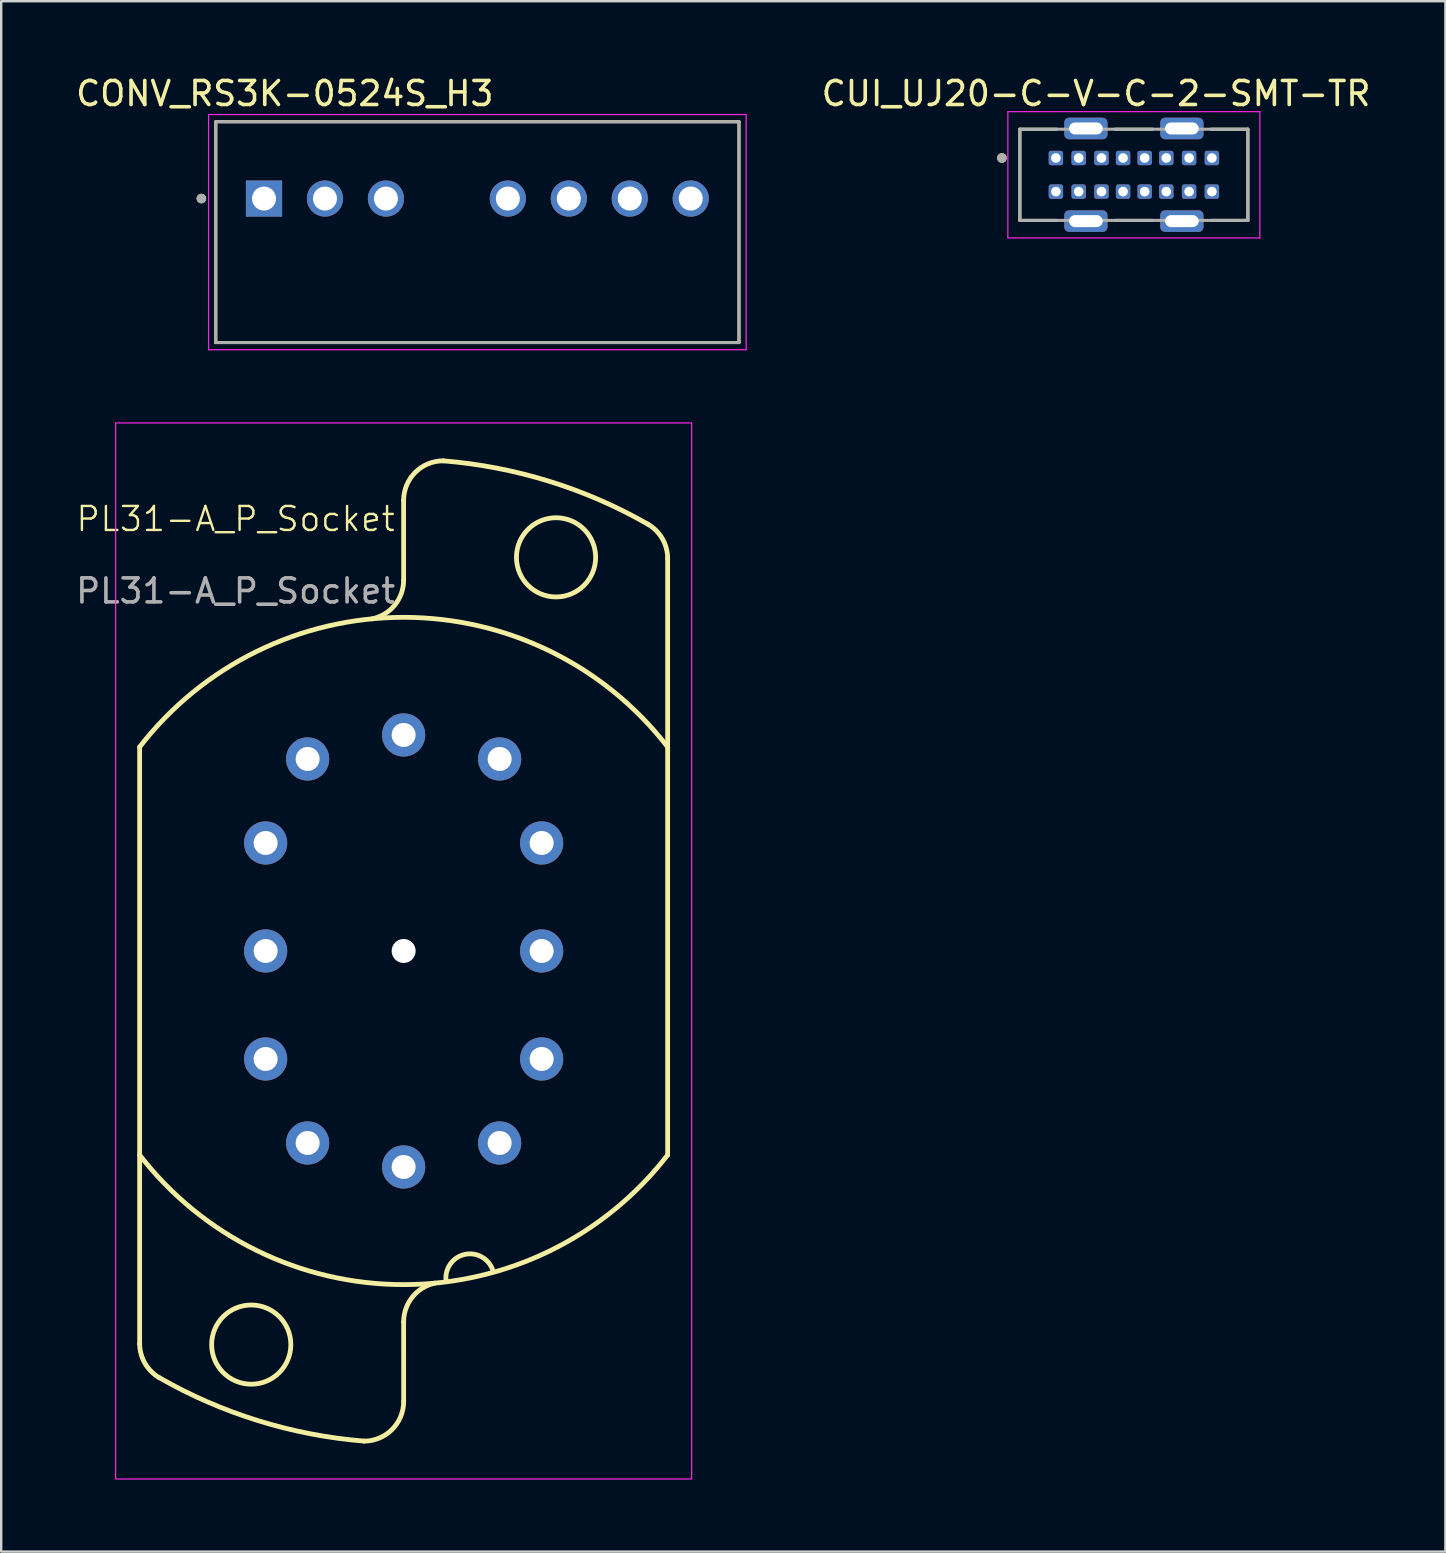
<source format=kicad_pcb>
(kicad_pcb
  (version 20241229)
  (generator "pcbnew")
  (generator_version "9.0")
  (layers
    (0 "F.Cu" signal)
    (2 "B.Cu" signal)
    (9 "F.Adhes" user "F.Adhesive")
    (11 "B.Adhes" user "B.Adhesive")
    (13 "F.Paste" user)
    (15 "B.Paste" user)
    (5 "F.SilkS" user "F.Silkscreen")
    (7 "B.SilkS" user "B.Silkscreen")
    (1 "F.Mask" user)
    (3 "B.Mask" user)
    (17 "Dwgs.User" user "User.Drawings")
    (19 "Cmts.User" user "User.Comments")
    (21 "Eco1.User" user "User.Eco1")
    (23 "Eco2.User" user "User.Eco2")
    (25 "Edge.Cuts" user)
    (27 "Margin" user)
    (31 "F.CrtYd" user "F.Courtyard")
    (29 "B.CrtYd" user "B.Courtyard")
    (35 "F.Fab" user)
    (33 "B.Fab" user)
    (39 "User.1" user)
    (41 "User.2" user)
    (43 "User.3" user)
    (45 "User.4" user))
  (footprint "CUI_UJ20-C-V-C-2-SMT-TR"
    (layer "F.Cu")
    (at 44.194 4.233)
    (property "Reference" "CUI_UJ20-C-V-C-2-SMT-TR" (at -1.575 -3.385 0) (layer "F.SilkS") (effects (font (size 1 1) (thickness 0.15))))
    (attr smd)
    (fp_line (start -4.75 -1.9) (end -3.22 -1.9) (stroke (width 0.127) (type solid)) (layer "F.SilkS"))
    (fp_line (start -4.75 1.9) (end -4.75 -1.9) (stroke (width 0.127) (type solid)) (layer "F.SilkS"))
    (fp_line (start -3.22 1.9) (end -4.75 1.9) (stroke (width 0.127) (type solid)) (layer "F.SilkS"))
    (fp_line (start -0.78 -1.9) (end 0.78 -1.9) (stroke (width 0.127) (type solid)) (layer "F.SilkS"))
    (fp_line (start 0.78 1.9) (end -0.78 1.9) (stroke (width 0.127) (type solid)) (layer "F.SilkS"))
    (fp_line (start 3.22 -1.9) (end 4.75 -1.9) (stroke (width 0.127) (type solid)) (layer "F.SilkS"))
    (fp_line (start 4.75 -1.9) (end 4.75 1.9) (stroke (width 0.127) (type solid)) (layer "F.SilkS"))
    (fp_line (start 4.75 1.9) (end 3.22 1.9) (stroke (width 0.127) (type solid)) (layer "F.SilkS"))
    (fp_circle (center -5.5 -0.7) (end -5.4 -0.7) (stroke (width 0.2) (type solid)) (fill no) (layer "F.SilkS"))
    (fp_line (start -5.25 -2.63) (end 5.25 -2.63) (stroke (width 0.05) (type solid)) (layer "F.CrtYd"))
    (fp_line (start -5.25 2.63) (end -5.25 -2.63) (stroke (width 0.05) (type solid)) (layer "F.CrtYd"))
    (fp_line (start 5.25 -2.63) (end 5.25 2.63) (stroke (width 0.05) (type solid)) (layer "F.CrtYd"))
    (fp_line (start 5.25 2.63) (end -5.25 2.63) (stroke (width 0.05) (type solid)) (layer "F.CrtYd"))
    (fp_line (start -4.75 -1.9) (end 4.75 -1.9) (stroke (width 0.127) (type solid)) (layer "F.Fab"))
    (fp_line (start -4.75 1.9) (end -4.75 -1.9) (stroke (width 0.127) (type solid)) (layer "F.Fab"))
    (fp_line (start 4.75 -1.9) (end 4.75 1.9) (stroke (width 0.127) (type solid)) (layer "F.Fab"))
    (fp_line (start 4.75 1.9) (end -4.75 1.9) (stroke (width 0.127) (type solid)) (layer "F.Fab"))
    (fp_circle (center -5.5 -0.7) (end -5.4 -0.7) (stroke (width 0.2) (type solid)) (fill no) (layer "F.Fab"))
    (pad "A1" thru_hole roundrect (at -3.25 -0.7) (size 0.6 0.6) (drill 0.4) (layers "*.Cu" "*.Mask") (roundrect_rratio 0.167))
    (pad "A4" thru_hole roundrect (at -2.3 -0.7) (size 0.6 0.6) (drill 0.4) (layers "*.Cu" "*.Mask") (roundrect_rratio 0.167))
    (pad "A5" thru_hole roundrect (at -1.35 -0.7) (size 0.6 0.6) (drill 0.4) (layers "*.Cu" "*.Mask") (roundrect_rratio 0.167))
    (pad "A6" thru_hole roundrect (at -0.45 -0.7) (size 0.6 0.6) (drill 0.4) (layers "*.Cu" "*.Mask") (roundrect_rratio 0.167))
    (pad "A7" thru_hole roundrect (at 0.45 -0.7) (size 0.6 0.6) (drill 0.4) (layers "*.Cu" "*.Mask") (roundrect_rratio 0.167))
    (pad "A8" thru_hole roundrect (at 1.35 -0.7) (size 0.6 0.6) (drill 0.4) (layers "*.Cu" "*.Mask") (roundrect_rratio 0.167))
    (pad "A9" thru_hole roundrect (at 2.3 -0.7) (size 0.6 0.6) (drill 0.4) (layers "*.Cu" "*.Mask") (roundrect_rratio 0.167))
    (pad "A12" thru_hole roundrect (at 3.25 -0.7) (size 0.6 0.6) (drill 0.4) (layers "*.Cu" "*.Mask") (roundrect_rratio 0.167))
    (pad "B1" thru_hole roundrect (at 3.25 0.7) (size 0.6 0.6) (drill 0.4) (layers "*.Cu" "*.Mask") (roundrect_rratio 0.167))
    (pad "B4" thru_hole roundrect (at 2.3 0.7) (size 0.6 0.6) (drill 0.4) (layers "*.Cu" "*.Mask") (roundrect_rratio 0.167))
    (pad "B5" thru_hole roundrect (at 1.35 0.7) (size 0.6 0.6) (drill 0.4) (layers "*.Cu" "*.Mask") (roundrect_rratio 0.167))
    (pad "B6" thru_hole roundrect (at 0.45 0.7) (size 0.6 0.6) (drill 0.4) (layers "*.Cu" "*.Mask") (roundrect_rratio 0.167))
    (pad "B7" thru_hole roundrect (at -0.45 0.7) (size 0.6 0.6) (drill 0.4) (layers "*.Cu" "*.Mask") (roundrect_rratio 0.167))
    (pad "B8" thru_hole roundrect (at -1.35 0.7) (size 0.6 0.6) (drill 0.4) (layers "*.Cu" "*.Mask") (roundrect_rratio 0.167))
    (pad "B9" thru_hole roundrect (at -2.3 0.7) (size 0.6 0.6) (drill 0.4) (layers "*.Cu" "*.Mask") (roundrect_rratio 0.167))
    (pad "B12" thru_hole roundrect (at -3.25 0.7) (size 0.6 0.6) (drill 0.4) (layers "*.Cu" "*.Mask") (roundrect_rratio 0.167))
    (pad "S1" thru_hole roundrect (at -2 -1.93) (size 1.8 0.9) (drill oval 1.4 0.5) (layers "*.Cu" "*.Mask") (roundrect_rratio 0.222))
    (pad "S1" thru_hole roundrect (at -2 1.93) (size 1.8 0.9) (drill oval 1.4 0.5) (layers "*.Cu" "*.Mask") (roundrect_rratio 0.222))
    (pad "S1" thru_hole roundrect (at 2 -1.93) (size 1.8 0.9) (drill oval 1.4 0.5) (layers "*.Cu" "*.Mask") (roundrect_rratio 0.222))
    (pad "S1" thru_hole roundrect (at 2 1.93) (size 1.8 0.9) (drill oval 1.4 0.5) (layers "*.Cu" "*.Mask") (roundrect_rratio 0.222)))
  (footprint "PL31-A_P_Socket"
    (layer "F.Cu")
    (at 13.768 36.573)
    (property "Reference" "PL31-A_P_Socket" (at -7 -18 0) (unlocked yes) (layer "F.SilkS") (effects (font (size 1 1) (thickness 0.1))))
    (attr through_hole)
    (fp_line (start -11 8.5) (end -11 -8.5) (stroke (width 0.2) (type solid)) (layer "F.SilkS"))
    (fp_line (start -11 8.5) (end -11 16.354) (stroke (width 0.2) (type solid)) (layer "F.SilkS"))
    (fp_line (start -0.001 -18.772) (end 0.00004 -15.453) (stroke (width 0.2) (type solid)) (layer "F.SilkS"))
    (fp_line (start 0.001 18.772) (end -0.000041 15.453) (stroke (width 0.2) (type solid)) (layer "F.SilkS"))
    (fp_line (start 11 -8.5) (end 11 -16.354) (stroke (width 0.2) (type solid)) (layer "F.SilkS"))
    (fp_line (start 11 8.5) (end 11 -8.5) (stroke (width 0.2) (type solid)) (layer "F.SilkS"))
    (fp_arc (start -11.000001 -8.500001) (mid 0 -13.90144) (end 11.000001 -8.5) (stroke (width 0.2) (type solid)) (layer "F.SilkS"))
    (fp_arc (start -10.182511 17.779055) (mid -10.781109 17.175712) (end -11 16.354476) (stroke (width 0.2) (type solid)) (layer "F.SilkS"))
    (fp_arc (start -1.649111 20.422023) (mid -6.061234 19.571409) (end -10.181826 17.779455) (stroke (width 0.2) (type solid)) (layer "F.SilkS"))
    (fp_arc (start -0.000869 -18.772228) (mid 0.482339 -19.938814) (end 1.648921 -20.422031) (stroke (width 0.2) (type solid)) (layer "F.SilkS"))
    (fp_arc (start -0.000002 15.45317) (mid 0.365989 14.416916) (end 1.301599 13.84037) (stroke (width 0.2) (type solid)) (layer "F.SilkS"))
    (fp_arc (start 0.000001 -15.453171) (mid -0.36599 -14.416917) (end -1.3016 -13.840371) (stroke (width 0.2) (type solid)) (layer "F.SilkS"))
    (fp_arc (start 0.000898 18.772023) (mid -0.482376 19.938749) (end -1.649102 20.422023) (stroke (width 0.2) (type solid)) (layer "F.SilkS"))
    (fp_arc (start 1.648921 -20.422031) (mid 6.061519 -19.571313) (end 10.182508 -17.779056) (stroke (width 0.2) (type solid)) (layer "F.SilkS"))
    (fp_arc (start 1.76487 13.729708) (mid 2.537686 12.64525) (end 3.707818 13.280928) (stroke (width 0.2) (type solid)) (layer "F.SilkS"))
    (fp_arc (start 10.18251 -17.779056) (mid 10.781108 -17.175713) (end 10.999999 -16.354477) (stroke (width 0.2) (type solid)) (layer "F.SilkS"))
    (fp_arc (start 11 8.5) (mid -0.000001 13.901439) (end -11.000001 8.499999) (stroke (width 0.2) (type solid)) (layer "F.SilkS"))
    (fp_circle (center -6.35 16.401) (end -8 16.401) (stroke (width 0.2) (type solid)) (fill no) (layer "F.SilkS"))
    (fp_circle (center 6.35 -16.401) (end 8 -16.401) (stroke (width 0.2) (type solid)) (fill no) (layer "F.SilkS"))
    (fp_rect (start -12 -22) (end 12 22) (stroke (width 0.05) (type default)) (fill no) (layer "F.CrtYd"))
    (fp_text user "${REFERENCE}" (at -7 -15 0) (unlocked yes) (layer "F.Fab") (effects (font (size 1 1) (thickness 0.15))))
    (pad "" np_thru_hole circle (at 0 0) (size 1 1) (drill 4.5) (layers "*.Cu" "*.Mask"))
    (pad "1" thru_hole circle (at 4 -8) (size 1.8 1.8) (drill 1) (layers "*.Cu" "*.Mask"))
    (pad "2" thru_hole circle (at 5.75 -4.5) (size 1.8 1.8) (drill 1) (layers "*.Cu" "*.Mask"))
    (pad "3" thru_hole circle (at 5.75 0) (size 1.8 1.8) (drill 1) (layers "*.Cu" "*.Mask"))
    (pad "4" thru_hole circle (at 5.75 4.5) (size 1.8 1.8) (drill 1) (layers "*.Cu" "*.Mask"))
    (pad "5" thru_hole circle (at 4 8) (size 1.8 1.8) (drill 1) (layers "*.Cu" "*.Mask"))
    (pad "6" thru_hole circle (at 0 9) (size 1.8 1.8) (drill 1) (layers "*.Cu" "*.Mask"))
    (pad "7" thru_hole circle (at -4 8) (size 1.8 1.8) (drill 1) (layers "*.Cu" "*.Mask"))
    (pad "8" thru_hole circle (at -5.75 4.5) (size 1.8 1.8) (drill 1) (layers "*.Cu" "*.Mask"))
    (pad "9" thru_hole circle (at -5.75 0) (size 1.8 1.8) (drill 1) (layers "*.Cu" "*.Mask"))
    (pad "10" thru_hole circle (at -5.75 -4.5) (size 1.8 1.8) (drill 1) (layers "*.Cu" "*.Mask"))
    (pad "11" thru_hole circle (at -4 -8) (size 1.8 1.8) (drill 1) (layers "*.Cu" "*.Mask"))
    (pad "12" thru_hole circle (at 0 -9) (size 1.8 1.8) (drill 1) (layers "*.Cu" "*.Mask")))
  (footprint "CONV_RS3K-0524S_H3"
    (layer "F.Cu")
    (at 16.84 6.623)
    (property "Reference" "CONV_RS3K-0524S_H3" (at -8.025 -5.775 0) (layer "F.SilkS") (effects (font (size 1 1) (thickness 0.15))))
    (attr through_hole)
    (fp_line (start -10.9 -4.6) (end -10.9 4.6) (stroke (width 0.127) (type solid)) (layer "F.SilkS"))
    (fp_line (start -10.9 4.6) (end 10.9 4.6) (stroke (width 0.127) (type solid)) (layer "F.SilkS"))
    (fp_line (start 10.9 -4.6) (end -10.9 -4.6) (stroke (width 0.127) (type solid)) (layer "F.SilkS"))
    (fp_line (start 10.9 4.6) (end 10.9 -4.6) (stroke (width 0.127) (type solid)) (layer "F.SilkS"))
    (fp_circle (center -11.5 -1.4) (end -11.4 -1.4) (stroke (width 0.2) (type solid)) (fill no) (layer "F.SilkS"))
    (fp_line (start -11.2 -4.9) (end -11.2 4.9) (stroke (width 0.05) (type solid)) (layer "F.CrtYd"))
    (fp_line (start -11.2 4.9) (end 11.2 4.9) (stroke (width 0.05) (type solid)) (layer "F.CrtYd"))
    (fp_line (start 11.2 -4.9) (end -11.2 -4.9) (stroke (width 0.05) (type solid)) (layer "F.CrtYd"))
    (fp_line (start 11.2 4.9) (end 11.2 -4.9) (stroke (width 0.05) (type solid)) (layer "F.CrtYd"))
    (fp_line (start -10.9 -4.6) (end -10.9 4.6) (stroke (width 0.127) (type solid)) (layer "F.Fab"))
    (fp_line (start -10.9 4.6) (end 10.9 4.6) (stroke (width 0.127) (type solid)) (layer "F.Fab"))
    (fp_line (start 10.9 -4.6) (end -10.9 -4.6) (stroke (width 0.127) (type solid)) (layer "F.Fab"))
    (fp_line (start 10.9 4.6) (end 10.9 -4.6) (stroke (width 0.127) (type solid)) (layer "F.Fab"))
    (fp_circle (center -11.5 -1.4) (end -11.4 -1.4) (stroke (width 0.2) (type solid)) (fill no) (layer "F.Fab"))
    (pad "1" thru_hole rect (at -8.89 -1.4) (size 1.508 1.508) (drill 1) (layers "*.Cu" "*.Mask"))
    (pad "2" thru_hole circle (at -6.35 -1.4) (size 1.508 1.508) (drill 1) (layers "*.Cu" "*.Mask"))
    (pad "3" thru_hole circle (at -3.81 -1.4) (size 1.508 1.508) (drill 1) (layers "*.Cu" "*.Mask"))
    (pad "5" thru_hole circle (at 1.27 -1.4) (size 1.508 1.508) (drill 1) (layers "*.Cu" "*.Mask"))
    (pad "6" thru_hole circle (at 3.81 -1.4) (size 1.508 1.508) (drill 1) (layers "*.Cu" "*.Mask"))
    (pad "7" thru_hole circle (at 6.35 -1.4) (size 1.508 1.508) (drill 1) (layers "*.Cu" "*.Mask"))
    (pad "8" thru_hole circle (at 8.89 -1.4) (size 1.508 1.508) (drill 1) (layers "*.Cu" "*.Mask")))
  (gr_rect
    (start -3 -3)
    (end 57.173 61.598)
    (stroke (width 0.1) (type default))
    (fill no)
    (layer "Edge.Cuts")))
</source>
